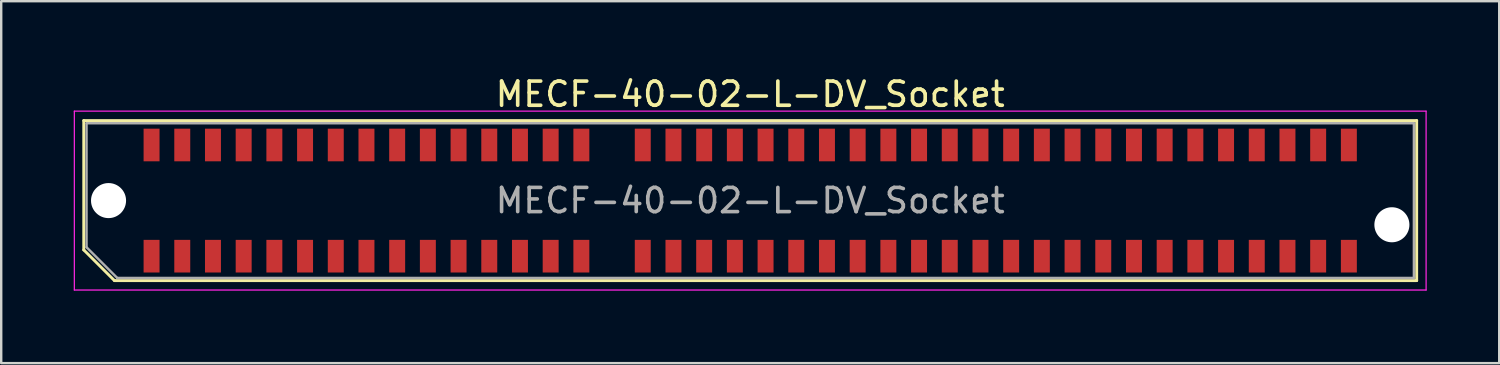
<source format=kicad_pcb>
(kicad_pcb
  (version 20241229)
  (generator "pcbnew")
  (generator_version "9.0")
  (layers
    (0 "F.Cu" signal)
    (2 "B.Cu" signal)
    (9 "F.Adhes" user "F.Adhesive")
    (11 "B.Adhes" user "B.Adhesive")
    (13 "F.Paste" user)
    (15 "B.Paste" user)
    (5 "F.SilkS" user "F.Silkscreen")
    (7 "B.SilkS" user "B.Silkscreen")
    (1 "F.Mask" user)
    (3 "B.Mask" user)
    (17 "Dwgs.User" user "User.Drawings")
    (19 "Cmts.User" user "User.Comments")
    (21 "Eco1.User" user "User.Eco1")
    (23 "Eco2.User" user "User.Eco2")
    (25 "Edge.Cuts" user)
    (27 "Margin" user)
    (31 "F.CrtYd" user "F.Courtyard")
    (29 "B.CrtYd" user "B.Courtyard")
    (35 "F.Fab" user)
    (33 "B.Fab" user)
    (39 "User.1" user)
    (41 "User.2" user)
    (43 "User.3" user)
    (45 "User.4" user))
  (footprint "MECF-40-02-L-DV_Socket"
    (layer "F.Cu")
    (at 27.985 5.248)
    (property "Reference" "MECF-40-02-L-DV_Socket" (at 0 -4.4 0) (layer "F.SilkS") (effects (font (size 1 1) (thickness 0.15))))
    (attr smd)
    (fp_line (start -27.57 -3.31) (end 27.57 -3.31) (stroke (width 0.12) (type solid)) (layer "F.SilkS"))
    (fp_line (start -27.57 2.04) (end -27.57 -3.31) (stroke (width 0.12) (type solid)) (layer "F.SilkS"))
    (fp_line (start -26.3 3.31) (end -27.57 2.04) (stroke (width 0.12) (type solid)) (layer "F.SilkS"))
    (fp_line (start -26.3 3.31) (end 27.57 3.31) (stroke (width 0.12) (type solid)) (layer "F.SilkS"))
    (fp_line (start 27.57 3.31) (end 27.57 -3.31) (stroke (width 0.12) (type solid)) (layer "F.SilkS"))
    (fp_line (start -27.96 -3.7) (end -27.96 3.7) (stroke (width 0.05) (type solid)) (layer "F.CrtYd"))
    (fp_line (start -27.96 3.7) (end 27.96 3.7) (stroke (width 0.05) (type solid)) (layer "F.CrtYd"))
    (fp_line (start 27.96 -3.7) (end -27.96 -3.7) (stroke (width 0.05) (type solid)) (layer "F.CrtYd"))
    (fp_line (start 27.96 3.7) (end 27.96 -3.7) (stroke (width 0.05) (type solid)) (layer "F.CrtYd"))
    (fp_line (start -27.455 -3.2) (end 27.455 -3.2) (stroke (width 0.1) (type solid)) (layer "F.Fab"))
    (fp_line (start -27.455 1.93) (end -27.455 -3.2) (stroke (width 0.1) (type solid)) (layer "F.Fab"))
    (fp_line (start -27.455 1.93) (end -26.185 3.2) (stroke (width 0.1) (type solid)) (layer "F.Fab"))
    (fp_line (start -26.185 3.2) (end 27.455 3.2) (stroke (width 0.1) (type solid)) (layer "F.Fab"))
    (fp_line (start 27.455 3.2) (end 27.455 -3.2) (stroke (width 0.1) (type solid)) (layer "F.Fab"))
    (fp_text user "${REFERENCE}" (at 0 0 0) (layer "F.Fab") (effects (font (size 1 1) (thickness 0.15))))
    (pad "" np_thru_hole circle (at -26.545 0) (size 1.45 1.45) (drill 1.45) (layers "*.Cu" "*.Mask"))
    (pad "" np_thru_hole circle (at 26.545 1) (size 1.45 1.45) (drill 1.45) (layers "*.Cu" "*.Mask"))
    (pad "1" smd rect (at -24.765 2.3) (size 0.66 1.35) (layers "F.Cu" "F.Mask" "F.Paste"))
    (pad "2" smd rect (at -24.765 -2.3) (size 0.66 1.35) (layers "F.Cu" "F.Mask" "F.Paste"))
    (pad "3" smd rect (at -23.495 2.3) (size 0.66 1.35) (layers "F.Cu" "F.Mask" "F.Paste"))
    (pad "4" smd rect (at -23.495 -2.3) (size 0.66 1.35) (layers "F.Cu" "F.Mask" "F.Paste"))
    (pad "5" smd rect (at -22.225 2.3) (size 0.66 1.35) (layers "F.Cu" "F.Mask" "F.Paste"))
    (pad "6" smd rect (at -22.225 -2.3) (size 0.66 1.35) (layers "F.Cu" "F.Mask" "F.Paste"))
    (pad "7" smd rect (at -20.955 2.3) (size 0.66 1.35) (layers "F.Cu" "F.Mask" "F.Paste"))
    (pad "8" smd rect (at -20.955 -2.3) (size 0.66 1.35) (layers "F.Cu" "F.Mask" "F.Paste"))
    (pad "9" smd rect (at -19.685 2.3) (size 0.66 1.35) (layers "F.Cu" "F.Mask" "F.Paste"))
    (pad "10" smd rect (at -19.685 -2.3) (size 0.66 1.35) (layers "F.Cu" "F.Mask" "F.Paste"))
    (pad "11" smd rect (at -18.415 2.3) (size 0.66 1.35) (layers "F.Cu" "F.Mask" "F.Paste"))
    (pad "12" smd rect (at -18.415 -2.3) (size 0.66 1.35) (layers "F.Cu" "F.Mask" "F.Paste"))
    (pad "13" smd rect (at -17.145 2.3) (size 0.66 1.35) (layers "F.Cu" "F.Mask" "F.Paste"))
    (pad "14" smd rect (at -17.145 -2.3) (size 0.66 1.35) (layers "F.Cu" "F.Mask" "F.Paste"))
    (pad "15" smd rect (at -15.875 2.3) (size 0.66 1.35) (layers "F.Cu" "F.Mask" "F.Paste"))
    (pad "16" smd rect (at -15.875 -2.3) (size 0.66 1.35) (layers "F.Cu" "F.Mask" "F.Paste"))
    (pad "17" smd rect (at -14.605 2.3) (size 0.66 1.35) (layers "F.Cu" "F.Mask" "F.Paste"))
    (pad "18" smd rect (at -14.605 -2.3) (size 0.66 1.35) (layers "F.Cu" "F.Mask" "F.Paste"))
    (pad "19" smd rect (at -13.335 2.3) (size 0.66 1.35) (layers "F.Cu" "F.Mask" "F.Paste"))
    (pad "20" smd rect (at -13.335 -2.3) (size 0.66 1.35) (layers "F.Cu" "F.Mask" "F.Paste"))
    (pad "21" smd rect (at -12.065 2.3) (size 0.66 1.35) (layers "F.Cu" "F.Mask" "F.Paste"))
    (pad "22" smd rect (at -12.065 -2.3) (size 0.66 1.35) (layers "F.Cu" "F.Mask" "F.Paste"))
    (pad "23" smd rect (at -10.795 2.3) (size 0.66 1.35) (layers "F.Cu" "F.Mask" "F.Paste"))
    (pad "24" smd rect (at -10.795 -2.3) (size 0.66 1.35) (layers "F.Cu" "F.Mask" "F.Paste"))
    (pad "25" smd rect (at -9.525 2.3) (size 0.66 1.35) (layers "F.Cu" "F.Mask" "F.Paste"))
    (pad "26" smd rect (at -9.525 -2.3) (size 0.66 1.35) (layers "F.Cu" "F.Mask" "F.Paste"))
    (pad "27" smd rect (at -8.255 2.3) (size 0.66 1.35) (layers "F.Cu" "F.Mask" "F.Paste"))
    (pad "28" smd rect (at -8.255 -2.3) (size 0.66 1.35) (layers "F.Cu" "F.Mask" "F.Paste"))
    (pad "29" smd rect (at -6.985 2.3) (size 0.66 1.35) (layers "F.Cu" "F.Mask" "F.Paste"))
    (pad "30" smd rect (at -6.985 -2.3) (size 0.66 1.35) (layers "F.Cu" "F.Mask" "F.Paste"))
    (pad "33" smd rect (at -4.445 2.3) (size 0.66 1.35) (layers "F.Cu" "F.Mask" "F.Paste"))
    (pad "34" smd rect (at -4.445 -2.3) (size 0.66 1.35) (layers "F.Cu" "F.Mask" "F.Paste"))
    (pad "35" smd rect (at -3.175 2.3) (size 0.66 1.35) (layers "F.Cu" "F.Mask" "F.Paste"))
    (pad "36" smd rect (at -3.175 -2.3) (size 0.66 1.35) (layers "F.Cu" "F.Mask" "F.Paste"))
    (pad "37" smd rect (at -1.905 2.3) (size 0.66 1.35) (layers "F.Cu" "F.Mask" "F.Paste"))
    (pad "38" smd rect (at -1.905 -2.3) (size 0.66 1.35) (layers "F.Cu" "F.Mask" "F.Paste"))
    (pad "39" smd rect (at -0.635 2.3) (size 0.66 1.35) (layers "F.Cu" "F.Mask" "F.Paste"))
    (pad "40" smd rect (at -0.635 -2.3) (size 0.66 1.35) (layers "F.Cu" "F.Mask" "F.Paste"))
    (pad "41" smd rect (at 0.635 2.3) (size 0.66 1.35) (layers "F.Cu" "F.Mask" "F.Paste"))
    (pad "42" smd rect (at 0.635 -2.3) (size 0.66 1.35) (layers "F.Cu" "F.Mask" "F.Paste"))
    (pad "43" smd rect (at 1.905 2.3) (size 0.66 1.35) (layers "F.Cu" "F.Mask" "F.Paste"))
    (pad "44" smd rect (at 1.905 -2.3) (size 0.66 1.35) (layers "F.Cu" "F.Mask" "F.Paste"))
    (pad "45" smd rect (at 3.175 2.3) (size 0.66 1.35) (layers "F.Cu" "F.Mask" "F.Paste"))
    (pad "46" smd rect (at 3.175 -2.3) (size 0.66 1.35) (layers "F.Cu" "F.Mask" "F.Paste"))
    (pad "47" smd rect (at 4.445 2.3) (size 0.66 1.35) (layers "F.Cu" "F.Mask" "F.Paste"))
    (pad "48" smd rect (at 4.445 -2.3) (size 0.66 1.35) (layers "F.Cu" "F.Mask" "F.Paste"))
    (pad "49" smd rect (at 5.715 2.3) (size 0.66 1.35) (layers "F.Cu" "F.Mask" "F.Paste"))
    (pad "50" smd rect (at 5.715 -2.3) (size 0.66 1.35) (layers "F.Cu" "F.Mask" "F.Paste"))
    (pad "51" smd rect (at 6.985 2.3) (size 0.66 1.35) (layers "F.Cu" "F.Mask" "F.Paste"))
    (pad "52" smd rect (at 6.985 -2.3) (size 0.66 1.35) (layers "F.Cu" "F.Mask" "F.Paste"))
    (pad "53" smd rect (at 8.255 2.3) (size 0.66 1.35) (layers "F.Cu" "F.Mask" "F.Paste"))
    (pad "54" smd rect (at 8.255 -2.3) (size 0.66 1.35) (layers "F.Cu" "F.Mask" "F.Paste"))
    (pad "55" smd rect (at 9.525 2.3) (size 0.66 1.35) (layers "F.Cu" "F.Mask" "F.Paste"))
    (pad "56" smd rect (at 9.525 -2.3) (size 0.66 1.35) (layers "F.Cu" "F.Mask" "F.Paste"))
    (pad "57" smd rect (at 10.795 2.3) (size 0.66 1.35) (layers "F.Cu" "F.Mask" "F.Paste"))
    (pad "58" smd rect (at 10.795 -2.3) (size 0.66 1.35) (layers "F.Cu" "F.Mask" "F.Paste"))
    (pad "59" smd rect (at 12.065 2.3) (size 0.66 1.35) (layers "F.Cu" "F.Mask" "F.Paste"))
    (pad "60" smd rect (at 12.065 -2.3) (size 0.66 1.35) (layers "F.Cu" "F.Mask" "F.Paste"))
    (pad "61" smd rect (at 13.335 2.3) (size 0.66 1.35) (layers "F.Cu" "F.Mask" "F.Paste"))
    (pad "62" smd rect (at 13.335 -2.3) (size 0.66 1.35) (layers "F.Cu" "F.Mask" "F.Paste"))
    (pad "63" smd rect (at 14.605 2.3) (size 0.66 1.35) (layers "F.Cu" "F.Mask" "F.Paste"))
    (pad "64" smd rect (at 14.605 -2.3) (size 0.66 1.35) (layers "F.Cu" "F.Mask" "F.Paste"))
    (pad "65" smd rect (at 15.875 2.3) (size 0.66 1.35) (layers "F.Cu" "F.Mask" "F.Paste"))
    (pad "66" smd rect (at 15.875 -2.3) (size 0.66 1.35) (layers "F.Cu" "F.Mask" "F.Paste"))
    (pad "67" smd rect (at 17.145 2.3) (size 0.66 1.35) (layers "F.Cu" "F.Mask" "F.Paste"))
    (pad "68" smd rect (at 17.145 -2.3) (size 0.66 1.35) (layers "F.Cu" "F.Mask" "F.Paste"))
    (pad "69" smd rect (at 18.415 2.3) (size 0.66 1.35) (layers "F.Cu" "F.Mask" "F.Paste"))
    (pad "70" smd rect (at 18.415 -2.3) (size 0.66 1.35) (layers "F.Cu" "F.Mask" "F.Paste"))
    (pad "71" smd rect (at 19.685 2.3) (size 0.66 1.35) (layers "F.Cu" "F.Mask" "F.Paste"))
    (pad "72" smd rect (at 19.685 -2.3) (size 0.66 1.35) (layers "F.Cu" "F.Mask" "F.Paste"))
    (pad "73" smd rect (at 20.955 2.3) (size 0.66 1.35) (layers "F.Cu" "F.Mask" "F.Paste"))
    (pad "74" smd rect (at 20.955 -2.3) (size 0.66 1.35) (layers "F.Cu" "F.Mask" "F.Paste"))
    (pad "75" smd rect (at 22.225 2.3) (size 0.66 1.35) (layers "F.Cu" "F.Mask" "F.Paste"))
    (pad "76" smd rect (at 22.225 -2.3) (size 0.66 1.35) (layers "F.Cu" "F.Mask" "F.Paste"))
    (pad "77" smd rect (at 23.495 2.3) (size 0.66 1.35) (layers "F.Cu" "F.Mask" "F.Paste"))
    (pad "78" smd rect (at 23.495 -2.3) (size 0.66 1.35) (layers "F.Cu" "F.Mask" "F.Paste"))
    (pad "79" smd rect (at 24.765 2.3) (size 0.66 1.35) (layers "F.Cu" "F.Mask" "F.Paste"))
    (pad "80" smd rect (at 24.765 -2.3) (size 0.66 1.35) (layers "F.Cu" "F.Mask" "F.Paste")))
  (gr_rect
    (start -3 -3)
    (end 58.97 11.973)
    (stroke (width 0.1) (type default))
    (fill no)
    (layer "Edge.Cuts")))
</source>
